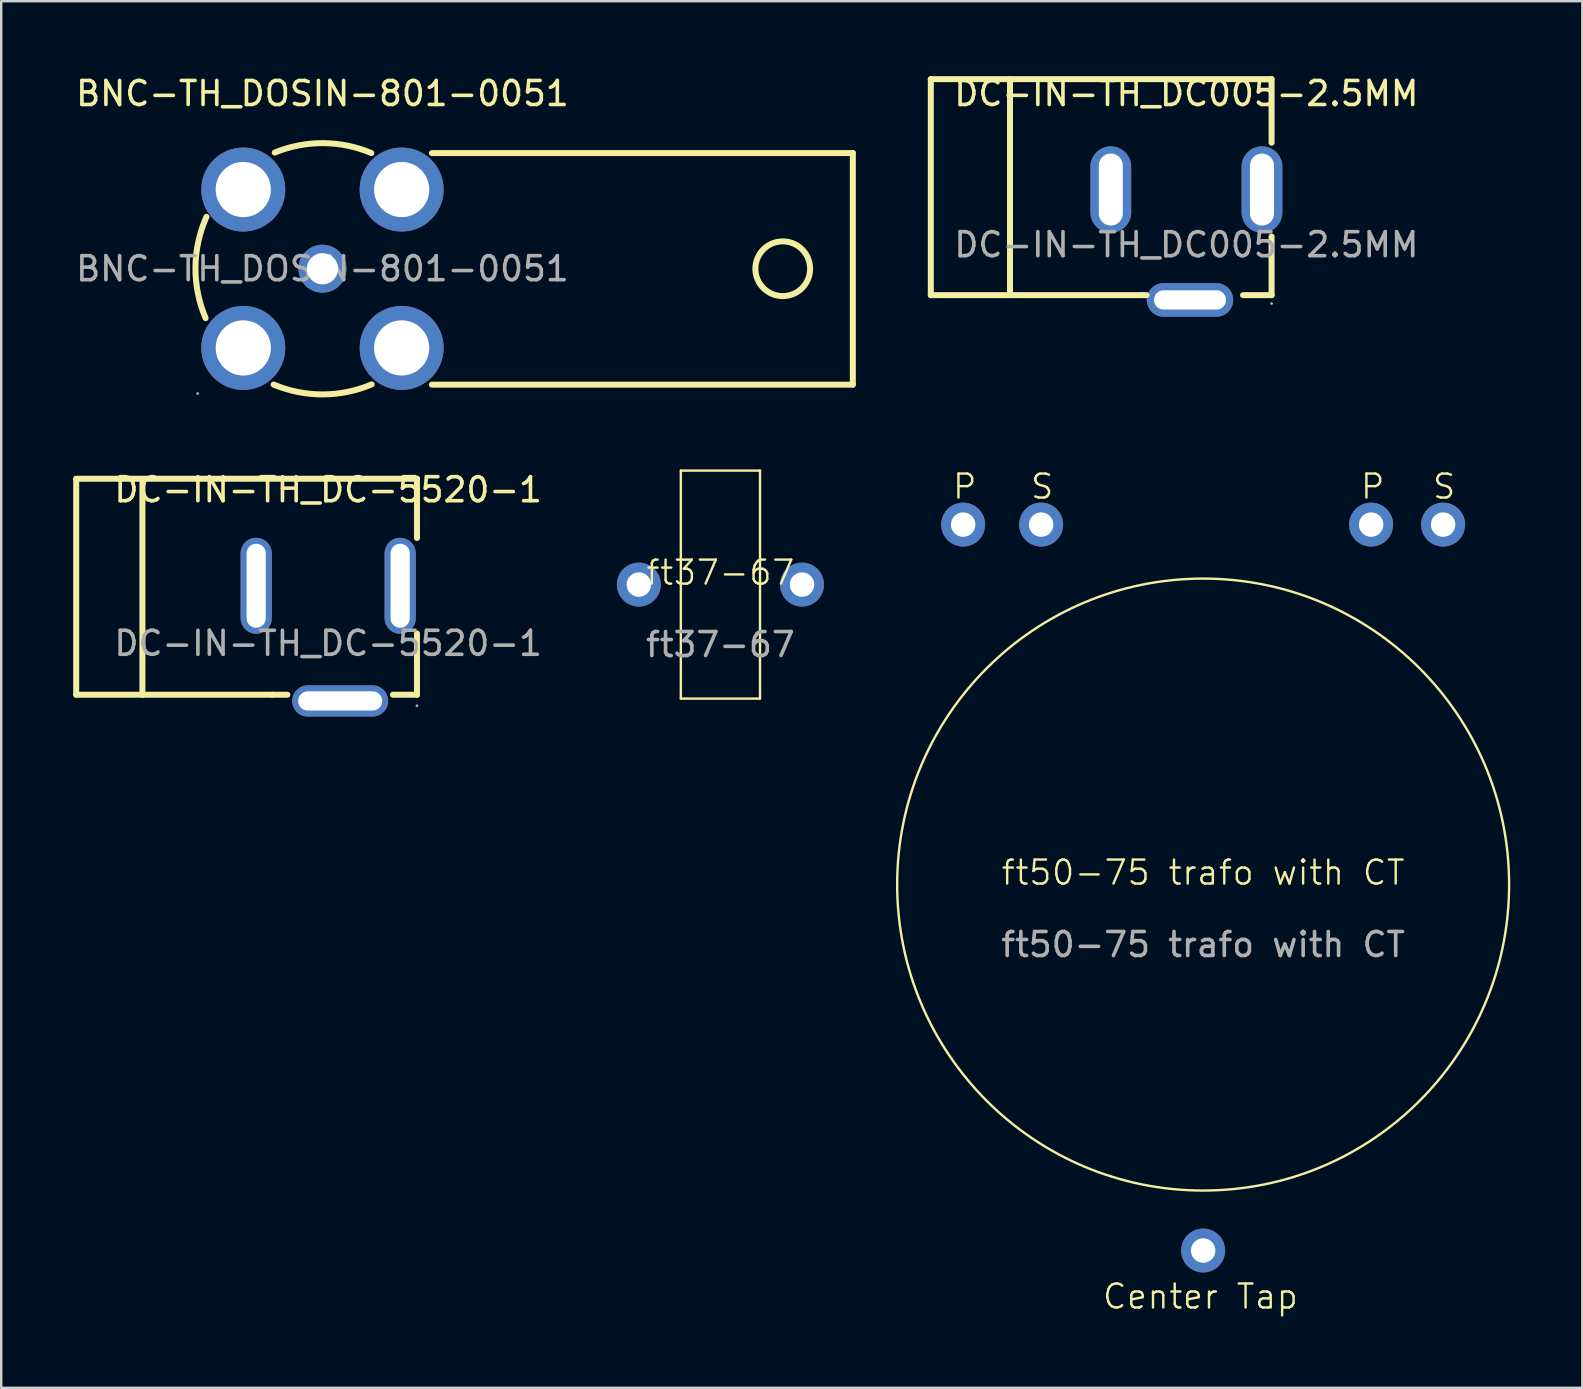
<source format=kicad_pcb>
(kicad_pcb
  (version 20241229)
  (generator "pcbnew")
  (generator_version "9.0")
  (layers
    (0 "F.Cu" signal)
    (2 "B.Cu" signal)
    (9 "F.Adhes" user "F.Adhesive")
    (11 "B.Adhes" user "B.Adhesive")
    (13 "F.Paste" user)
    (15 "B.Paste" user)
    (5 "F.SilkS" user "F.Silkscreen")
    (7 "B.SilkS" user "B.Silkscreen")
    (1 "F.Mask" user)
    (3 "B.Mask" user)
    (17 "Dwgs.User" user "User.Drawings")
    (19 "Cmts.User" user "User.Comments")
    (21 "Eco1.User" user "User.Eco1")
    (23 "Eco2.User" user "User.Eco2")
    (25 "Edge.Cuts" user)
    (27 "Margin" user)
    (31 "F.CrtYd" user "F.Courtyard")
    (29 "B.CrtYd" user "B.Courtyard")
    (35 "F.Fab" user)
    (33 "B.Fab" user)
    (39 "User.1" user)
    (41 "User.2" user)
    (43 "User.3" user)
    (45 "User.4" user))
  (footprint "DC-IN-TH_DC005-2.5MM"
    (layer "F.Cu")
    (at 46.387 7.148)
    (property "Reference" "DC-IN-TH_DC005-2.5MM" (at 0 -6.3 0) (layer "F.SilkS") (effects (font (size 1 1) (thickness 0.15))))
    (attr through_hole)
    (fp_line (start -10.65 -6.9) (end -10.65 2.1) (stroke (width 0.25) (type solid)) (layer "F.SilkS"))
    (fp_line (start -10.65 -6.9) (end 3.55 -6.9) (stroke (width 0.25) (type solid)) (layer "F.SilkS"))
    (fp_line (start -7.35 -6.9) (end -7.35 -6.01) (stroke (width 0.25) (type solid)) (layer "F.SilkS"))
    (fp_line (start -7.35 -6.01) (end -7.35 2.1) (stroke (width 0.25) (type solid)) (layer "F.SilkS"))
    (fp_line (start -1.86 2.1) (end -10.65 2.1) (stroke (width 0.25) (type solid)) (layer "F.SilkS"))
    (fp_line (start -1.86 2.1) (end -1.66 2.1) (stroke (width 0.25) (type solid)) (layer "F.SilkS"))
    (fp_line (start 2.36 2.1) (end 3.55 2.1) (stroke (width 0.25) (type solid)) (layer "F.SilkS"))
    (fp_line (start 3.55 -6.9) (end 3.55 -4.25) (stroke (width 0.25) (type solid)) (layer "F.SilkS"))
    (fp_line (start 3.55 -0.34) (end 3.55 2.1) (stroke (width 0.25) (type solid)) (layer "F.SilkS"))
    (fp_circle (center 3.55 2.45) (end 3.58 2.45) (stroke (width 0.06) (type solid)) (fill no) (layer "F.Fab"))
    (fp_text user "${REFERENCE}" (at 0 0 0) (layer "F.Fab") (effects (font (size 1 1) (thickness 0.15))))
    (pad "A" thru_hole oval (at 3.15 -2.3) (size 1.7 3.6) (drill oval 1 3) (layers "*.Cu" "*.Mask"))
    (pad "B" thru_hole oval (at -3.15 -2.3 180) (size 1.7 3.6) (drill oval 1 3) (layers "*.Cu" "*.Mask"))
    (pad "C" thru_hole oval (at 0.15 2.3 270) (size 1.4 3.6) (drill oval 0.8 3) (layers "*.Cu" "*.Mask")))
  (footprint "ft37-67"
    (layer "F.Cu")
    (at 26.97 21.31)
    (property "Reference" "ft37-67" (at 0 -0.5 0) (unlocked yes) (layer "F.SilkS") (effects (font (size 1 1) (thickness 0.1))))
    (attr through_hole)
    (fp_line (start -1.65 0) (end -1.65 -4.75) (stroke (width 0.1) (type default)) (layer "F.SilkS"))
    (fp_line (start -1.65 0) (end -1.65 4.75) (stroke (width 0.1) (type default)) (layer "F.SilkS"))
    (fp_line (start 1.65 -4.75) (end -1.65 -4.75) (stroke (width 0.1) (type default)) (layer "F.SilkS"))
    (fp_line (start 1.65 0) (end 1.65 -4.75) (stroke (width 0.1) (type default)) (layer "F.SilkS"))
    (fp_line (start 1.65 0) (end 1.65 4.75) (stroke (width 0.1) (type default)) (layer "F.SilkS"))
    (fp_line (start 1.65 4.75) (end -1.65 4.75) (stroke (width 0.1) (type default)) (layer "F.SilkS"))
    (fp_text user "${REFERENCE}" (at 0 2.5 0) (unlocked yes) (layer "F.Fab") (effects (font (size 1 1) (thickness 0.15))))
    (pad "1" thru_hole circle (at -3.4 0) (size 1.83 1.83) (drill 1.02) (layers "*.Cu" "*.Mask"))
    (pad "2" thru_hole circle (at 3.4 0) (size 1.83 1.83) (drill 1.02) (layers "*.Cu" "*.Mask")))
  (footprint "DC-IN-TH_DC-5520-1"
    (layer "F.Cu")
    (at 10.625 23.759)
    (property "Reference" "DC-IN-TH_DC-5520-1" (at 0 -6.4 0) (layer "F.SilkS") (effects (font (size 1 1) (thickness 0.15))))
    (attr through_hole)
    (fp_line (start -10.5 -6.86) (end 3.7 -6.86) (stroke (width 0.25) (type solid)) (layer "F.SilkS"))
    (fp_line (start -10.5 -6.85) (end -10.5 2.14) (stroke (width 0.25) (type solid)) (layer "F.SilkS"))
    (fp_line (start -10.5 2.14) (end -2.33 2.14) (stroke (width 0.25) (type solid)) (layer "F.SilkS"))
    (fp_line (start -7.74 -6.85) (end -7.74 2.15) (stroke (width 0.25) (type solid)) (layer "F.SilkS"))
    (fp_line (start -1.7 2.14) (end -2.33 2.14) (stroke (width 0.25) (type solid)) (layer "F.SilkS"))
    (fp_line (start 3.7 -6.86) (end 3.7 -4.39) (stroke (width 0.25) (type solid)) (layer "F.SilkS"))
    (fp_line (start 3.7 -0.41) (end 3.7 2.14) (stroke (width 0.25) (type solid)) (layer "F.SilkS"))
    (fp_line (start 3.7 2.14) (end 2.7 2.14) (stroke (width 0.25) (type solid)) (layer "F.SilkS"))
    (fp_circle (center 3.7 2.6) (end 3.73 2.6) (stroke (width 0.06) (type solid)) (fill no) (layer "F.Fab"))
    (fp_text user "${REFERENCE}" (at 0 0 0) (layer "F.Fab") (effects (font (size 1 1) (thickness 0.15))))
    (pad "2" thru_hole oval (at 0.5 2.4) (size 4 1.3) (drill oval 3.5 0.8) (layers "*.Cu" "*.Mask"))
    (pad "3" thru_hole oval (at -3 -2.4 270) (size 4 1.3) (drill oval 3.5 0.8) (layers "*.Cu" "*.Mask"))
    (pad "4" thru_hole oval (at 3 -2.4 90) (size 4 1.3) (drill oval 3.5 0.8) (layers "*.Cu" "*.Mask")))
  (footprint "BNC-TH_DOSIN-801-0051"
    (layer "F.Cu")
    (at 10.387 8.148)
    (property "Reference" "BNC-TH_DOSIN-801-0051" (at 0 -7.3 0) (layer "F.SilkS") (effects (font (size 1 1) (thickness 0.15))))
    (attr through_hole)
    (fp_line (start 4.56 -4.82) (end 22.1 -4.82) (stroke (width 0.25) (type solid)) (layer "F.SilkS"))
    (fp_line (start 22.1 -4.82) (end 22.1 4.83) (stroke (width 0.25) (type solid)) (layer "F.SilkS"))
    (fp_line (start 22.1 4.83) (end 4.56 4.83) (stroke (width 0.25) (type solid)) (layer "F.SilkS"))
    (fp_arc (start -4.87 2.06) (mid -5.291485 -0.054517) (end -4.834483 -2.161644) (stroke (width 0.25) (type solid)) (layer "F.SilkS"))
    (fp_arc (start -1.99 -4.84) (mid 0.024171 -5.233079) (end 2.034625 -4.821411) (stroke (width 0.25) (type solid)) (layer "F.SilkS"))
    (fp_arc (start 2.05 4.82) (mid 0.008046 5.237031) (end -2.035178 4.826264) (stroke (width 0.25) (type solid)) (layer "F.SilkS"))
    (fp_circle (center 19.18 0) (end 20.32 0) (stroke (width 0.25) (type solid)) (fill no) (layer "F.SilkS"))
    (fp_circle (center -5.2 5.2) (end -5.17 5.2) (stroke (width 0.06) (type solid)) (fill no) (layer "F.Fab"))
    (fp_circle (center 0 0) (end 0.25 0) (stroke (width 0.5) (type solid)) (fill no) (layer "F.Fab"))
    (fp_text user "${REFERENCE}" (at 0 0 0) (layer "F.Fab") (effects (font (size 1 1) (thickness 0.15))))
    (pad "1" thru_hole circle (at -3.3 3.3) (size 3.5 3.5) (drill 2.3) (layers "*.Cu" "*.Mask"))
    (pad "2" thru_hole circle (at -3.3 -3.3) (size 3.5 3.5) (drill 2.3) (layers "*.Cu" "*.Mask"))
    (pad "3" thru_hole circle (at 3.3 -3.3) (size 3.5 3.5) (drill 2.3) (layers "*.Cu" "*.Mask"))
    (pad "4" thru_hole circle (at 3.3 3.3) (size 3.5 3.5) (drill 2.3) (layers "*.Cu" "*.Mask"))
    (pad "5" thru_hole circle (at 0 0) (size 2 2) (drill 1.3) (layers "*.Cu" "*.Mask")))
  (footprint "ft50-75 trafo with CT"
    (layer "F.Cu")
    (at 47.085 33.81)
    (property "Reference" "ft50-75 trafo with CT" (at 0 -0.5 0) (unlocked yes) (layer "F.SilkS") (effects (font (size 1 1) (thickness 0.1))))
    (attr through_hole)
    (fp_circle (center 0 0) (end 12.75 0) (stroke (width 0.1) (type default)) (fill no) (layer "F.SilkS"))
    (fp_text user "S" (at 9.5 -16 0) (unlocked yes) (layer "F.SilkS") (effects (font (size 1 1) (thickness 0.1)) (justify left bottom)))
    (fp_text user "S" (at -7.25 -16 0) (unlocked yes) (layer "F.SilkS") (effects (font (size 1 1) (thickness 0.1)) (justify left bottom)))
    (fp_text user "P" (at -10.5 -16 0) (unlocked yes) (layer "F.SilkS") (effects (font (size 1 1) (thickness 0.1)) (justify left bottom)))
    (fp_text user "Center Tap" (at -4.25 17.75 0) (unlocked yes) (layer "F.SilkS") (effects (font (size 1 1) (thickness 0.1)) (justify left bottom)))
    (fp_text user "P" (at 6.5 -16 0) (unlocked yes) (layer "F.SilkS") (effects (font (size 1 1) (thickness 0.1)) (justify left bottom)))
    (fp_text user "${REFERENCE}" (at 0 2.5 0) (unlocked yes) (layer "F.Fab") (effects (font (size 1 1) (thickness 0.15))))
    (pad "1" thru_hole circle (at -10 -15) (size 1.83 1.83) (drill 1.02) (layers "*.Cu" "*.Mask"))
    (pad "2" thru_hole circle (at 0 15.25) (size 1.83 1.83) (drill 1.02) (layers "*.Cu" "*.Mask"))
    (pad "3" thru_hole circle (at 7 -15) (size 1.83 1.83) (drill 1.02) (layers "*.Cu" "*.Mask"))
    (pad "4" thru_hole circle (at -6.75 -15) (size 1.83 1.83) (drill 1.02) (layers "*.Cu" "*.Mask"))
    (pad "5" thru_hole circle (at 10 -15) (size 1.83 1.83) (drill 1.02) (layers "*.Cu" "*.Mask")))
  (gr_rect
    (start -3 -3)
    (end 62.885 54.781)
    (stroke (width 0.1) (type default))
    (fill no)
    (layer "Edge.Cuts")))
</source>
